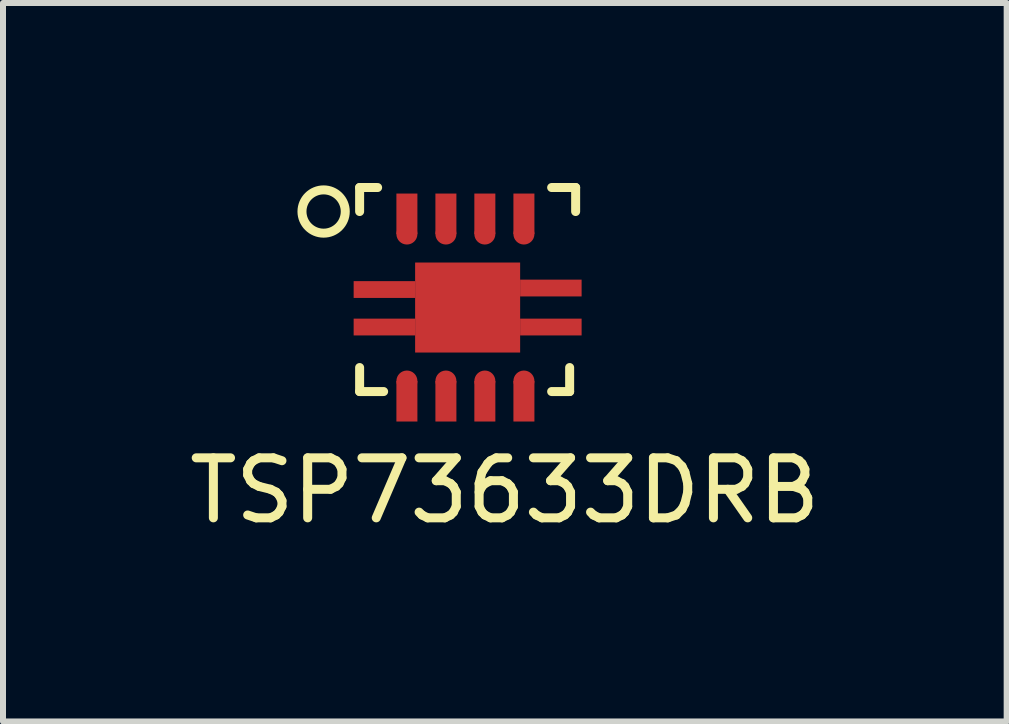
<source format=kicad_pcb>
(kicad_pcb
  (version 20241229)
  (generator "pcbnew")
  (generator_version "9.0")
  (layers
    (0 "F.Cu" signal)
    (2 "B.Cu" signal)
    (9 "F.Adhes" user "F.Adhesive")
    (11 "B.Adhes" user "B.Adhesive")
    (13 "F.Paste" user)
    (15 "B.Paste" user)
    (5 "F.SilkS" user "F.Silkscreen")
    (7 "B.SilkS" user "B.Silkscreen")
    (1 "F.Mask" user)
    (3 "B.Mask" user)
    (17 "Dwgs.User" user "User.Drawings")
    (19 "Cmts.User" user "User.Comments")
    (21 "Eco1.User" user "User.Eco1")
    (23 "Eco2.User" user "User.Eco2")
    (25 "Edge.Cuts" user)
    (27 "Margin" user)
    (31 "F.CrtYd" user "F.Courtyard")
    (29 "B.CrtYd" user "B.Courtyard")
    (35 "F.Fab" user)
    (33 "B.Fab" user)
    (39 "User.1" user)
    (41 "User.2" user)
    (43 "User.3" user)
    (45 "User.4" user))
  (footprint "TSP73633DRB"
    (layer "F.Cu")
    (at 4.743 2.075)
    (property "Reference" "TSP73633DRB" (at 0.62 3.05 0) (layer "F.SilkS") (effects (font (size 1 1) (thickness 0.15))))
    (attr through_hole)
    (fp_line (start -1.8 -2) (end -1.5 -2) (stroke (width 0.15) (type solid)) (layer "F.SilkS"))
    (fp_line (start -1.8 -1.6) (end -1.8 -2) (stroke (width 0.15) (type solid)) (layer "F.SilkS"))
    (fp_line (start -1.8 1) (end -1.8 1.4) (stroke (width 0.15) (type solid)) (layer "F.SilkS"))
    (fp_line (start -1.8 1.4) (end -1.4 1.4) (stroke (width 0.15) (type solid)) (layer "F.SilkS"))
    (fp_line (start 1.4 -2) (end 1.8 -2) (stroke (width 0.15) (type solid)) (layer "F.SilkS"))
    (fp_line (start 1.4 1.4) (end 1.7 1.4) (stroke (width 0.15) (type solid)) (layer "F.SilkS"))
    (fp_line (start 1.7 1.4) (end 1.7 1) (stroke (width 0.15) (type solid)) (layer "F.SilkS"))
    (fp_line (start 1.8 -2) (end 1.8 -1.6) (stroke (width 0.15) (type solid)) (layer "F.SilkS"))
    (fp_circle (center -2.4 -1.6) (end -2.2 -1.3) (stroke (width 0.15) (type solid)) (fill no) (layer "F.SilkS"))
    (pad "1" smd rect (at -1.012 -1.562) (size 0.35 0.675) (layers "F.Cu" "F.Mask" "F.Paste"))
    (pad "1" smd circle (at -1.012 -1.225) (size 0.35 0.35) (layers "F.Cu" "F.Mask" "F.Paste"))
    (pad "2" smd rect (at -0.362 -1.562) (size 0.35 0.675) (layers "F.Cu" "F.Mask" "F.Paste"))
    (pad "2" smd circle (at -0.362 -1.225) (size 0.35 0.35) (layers "F.Cu" "F.Mask" "F.Paste"))
    (pad "3" smd rect (at 0.287 -1.562) (size 0.35 0.675) (layers "F.Cu" "F.Mask" "F.Paste"))
    (pad "3" smd circle (at 0.287 -1.225) (size 0.35 0.35) (layers "F.Cu" "F.Mask" "F.Paste"))
    (pad "4" smd rect (at 0.938 -1.562) (size 0.35 0.675) (layers "F.Cu" "F.Mask" "F.Paste"))
    (pad "4" smd circle (at 0.938 -1.225) (size 0.35 0.35) (layers "F.Cu" "F.Mask" "F.Paste"))
    (pad "5" smd circle (at 0.938 1.225) (size 0.35 0.35) (layers "F.Cu" "F.Mask" "F.Paste"))
    (pad "5" smd rect (at 0.938 1.562) (size 0.35 0.675) (layers "F.Cu" "F.Mask" "F.Paste"))
    (pad "6" smd circle (at 0.287 1.225) (size 0.35 0.35) (layers "F.Cu" "F.Mask" "F.Paste"))
    (pad "6" smd rect (at 0.287 1.562) (size 0.35 0.675) (layers "F.Cu" "F.Mask" "F.Paste"))
    (pad "7" smd circle (at -0.362 1.225) (size 0.35 0.35) (layers "F.Cu" "F.Mask" "F.Paste"))
    (pad "7" smd rect (at -0.362 1.562) (size 0.35 0.675) (layers "F.Cu" "F.Mask" "F.Paste"))
    (pad "8" smd circle (at -1.012 1.225) (size 0.35 0.35) (layers "F.Cu" "F.Mask" "F.Paste"))
    (pad "8" smd rect (at -1.012 1.562) (size 0.35 0.675) (layers "F.Cu" "F.Mask" "F.Paste"))
    (pad "9" smd rect (at -1.387 -0.3) (size 1.025 0.28) (layers "F.Cu" "F.Mask" "F.Paste"))
    (pad "9" smd rect (at -1.387 0.325) (size 1.025 0.28) (layers "F.Cu" "F.Mask" "F.Paste"))
    (pad "9" smd rect (at 0 0) (size 1.75 1.5) (layers "F.Cu" "F.Mask" "F.Paste"))
    (pad "9" smd rect (at 1.387 -0.325) (size 1.025 0.28) (layers "F.Cu" "F.Mask" "F.Paste"))
    (pad "9" smd rect (at 1.387 0.325) (size 1.025 0.28) (layers "F.Cu" "F.Mask" "F.Paste")))
  (gr_rect
    (start -3 -3)
    (end 13.726 8.973)
    (stroke (width 0.1) (type default))
    (fill no)
    (layer "Edge.Cuts")))
</source>
